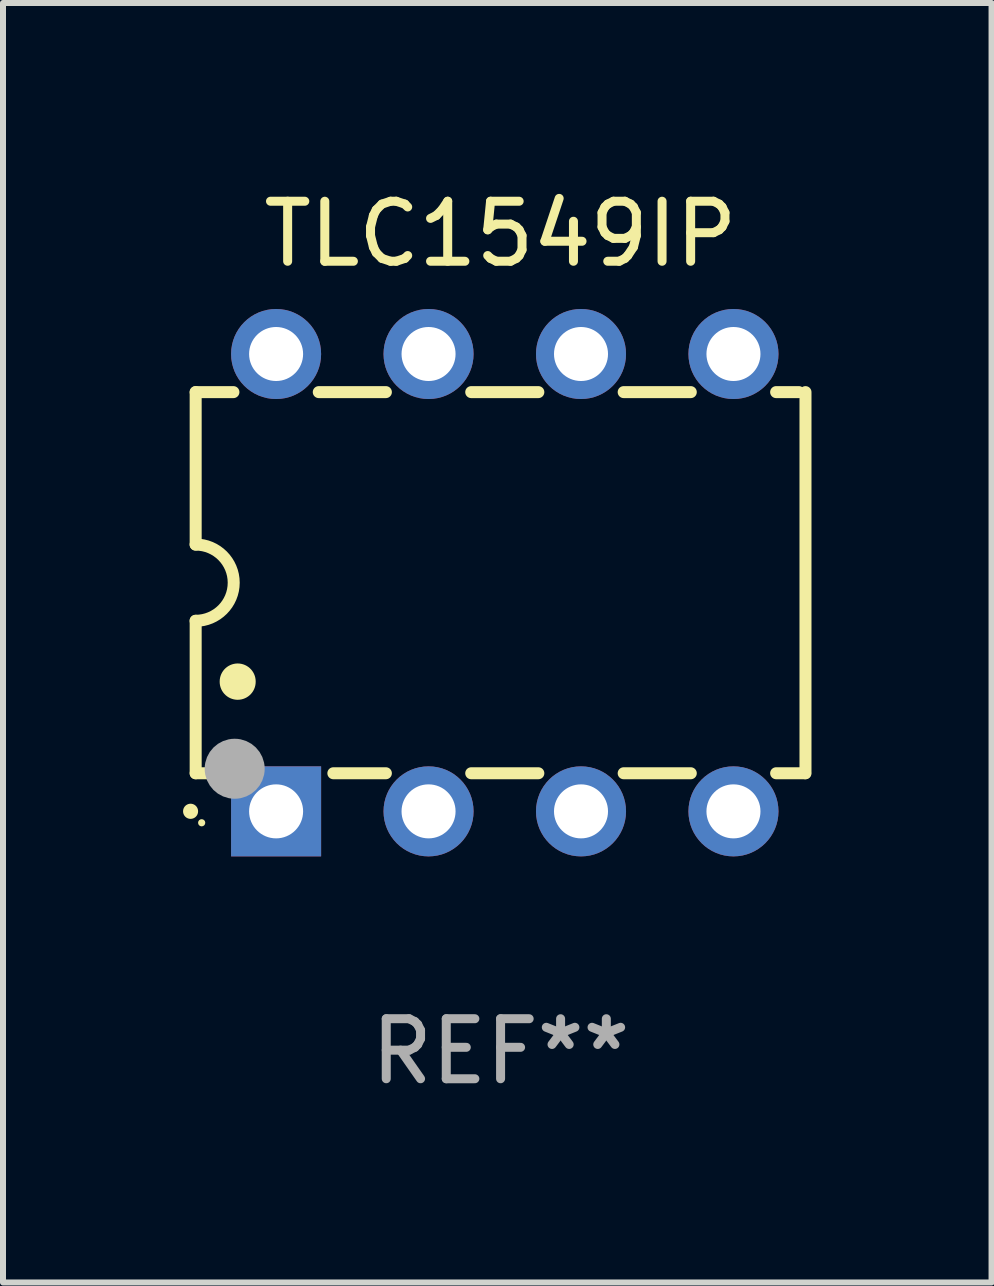
<source format=kicad_pcb>
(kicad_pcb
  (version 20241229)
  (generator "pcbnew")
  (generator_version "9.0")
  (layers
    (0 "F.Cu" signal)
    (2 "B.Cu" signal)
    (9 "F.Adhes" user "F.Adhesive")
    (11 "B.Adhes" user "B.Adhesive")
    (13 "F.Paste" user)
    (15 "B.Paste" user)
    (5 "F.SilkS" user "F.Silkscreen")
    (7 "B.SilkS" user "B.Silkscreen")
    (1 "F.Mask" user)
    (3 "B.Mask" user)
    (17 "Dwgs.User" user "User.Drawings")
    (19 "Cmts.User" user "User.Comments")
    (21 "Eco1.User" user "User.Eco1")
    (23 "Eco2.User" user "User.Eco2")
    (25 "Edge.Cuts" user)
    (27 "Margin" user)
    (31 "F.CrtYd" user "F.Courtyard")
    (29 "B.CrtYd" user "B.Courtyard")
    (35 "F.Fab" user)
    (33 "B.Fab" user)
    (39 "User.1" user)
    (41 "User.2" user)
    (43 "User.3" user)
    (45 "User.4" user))
  (footprint "TLC1549IP"
    (layer "F.Cu")
    (at 5.29 6.658)
    (property "Reference" "TLC1549IP" (at 0 -5.81 0) (layer "F.SilkS") (effects (font (size 1 1) (thickness 0.15))))
    (attr through_hole)
    (fp_line (start -5.08 -3.175) (end -4.451 -3.175) (stroke (width 0.2) (type solid)) (layer "F.SilkS"))
    (fp_line (start -5.08 -0.635) (end -5.08 -3.175) (stroke (width 0.2) (type solid)) (layer "F.SilkS"))
    (fp_line (start -5.08 3.175) (end -5.08 0.635) (stroke (width 0.2) (type solid)) (layer "F.SilkS"))
    (fp_line (start -4.694 3.175) (end -5.08 3.175) (stroke (width 0.2) (type solid)) (layer "F.SilkS"))
    (fp_line (start -3.029 -3.175) (end -1.911 -3.175) (stroke (width 0.2) (type solid)) (layer "F.SilkS"))
    (fp_line (start -1.911 3.175) (end -2.786 3.175) (stroke (width 0.2) (type solid)) (layer "F.SilkS"))
    (fp_line (start -0.489 -3.175) (end 0.629 -3.175) (stroke (width 0.2) (type solid)) (layer "F.SilkS"))
    (fp_line (start 0.629 3.175) (end -0.489 3.175) (stroke (width 0.2) (type solid)) (layer "F.SilkS"))
    (fp_line (start 2.051 -3.175) (end 3.169 -3.175) (stroke (width 0.2) (type solid)) (layer "F.SilkS"))
    (fp_line (start 3.169 3.175) (end 2.051 3.175) (stroke (width 0.2) (type solid)) (layer "F.SilkS"))
    (fp_line (start 4.591 -3.175) (end 4.97 -3.175) (stroke (width 0.2) (type solid)) (layer "F.SilkS"))
    (fp_line (start 5.074 3.175) (end 4.591 3.175) (stroke (width 0.2) (type solid)) (layer "F.SilkS"))
    (fp_line (start 5.08 -3.175) (end 5.08 3.175) (stroke (width 0.2) (type solid)) (layer "F.SilkS"))
    (fp_arc (start -5.164948 3.810008) (mid -5.164955 3.808738) (end -5.164948 3.807468) (stroke (width 0.25) (type solid)) (layer "F.SilkS"))
    (fp_arc (start -5.081128 -0.635001) (mid -4.446127 0) (end -5.081128 0.635001) (stroke (width 0.2) (type solid)) (layer "F.SilkS"))
    (fp_arc (start -4.380086 1.651003) (mid -4.380097 1.648463) (end -4.380086 1.645923) (stroke (width 0.6) (type solid)) (layer "F.SilkS"))
    (fp_circle (center -4.98 4) (end -4.95 4) (stroke (width 0.06) (type solid)) (fill no) (layer "F.SilkS"))
    (fp_circle (center -4.43 3.1) (end -4.18 3.1) (stroke (width 0.5) (type solid)) (fill no) (layer "F.Fab"))
    (fp_text user "REF**" (at 0 7.81 0) (layer "F.Fab") (effects (font (size 1 1) (thickness 0.15))))
    (pad "1" thru_hole rect (at -3.74 3.81) (size 1.5 1.5) (drill 0.9) (layers "*.Cu" "*.Mask"))
    (pad "2" thru_hole circle (at -1.2 3.81) (size 1.5 1.5) (drill 0.9) (layers "*.Cu" "*.Mask"))
    (pad "3" thru_hole circle (at 1.34 3.81) (size 1.5 1.5) (drill 0.9) (layers "*.Cu" "*.Mask"))
    (pad "4" thru_hole circle (at 3.88 3.81) (size 1.5 1.5) (drill 0.9) (layers "*.Cu" "*.Mask"))
    (pad "5" thru_hole circle (at 3.88 -3.81) (size 1.5 1.5) (drill 0.9) (layers "*.Cu" "*.Mask"))
    (pad "6" thru_hole circle (at 1.34 -3.81) (size 1.5 1.5) (drill 0.9) (layers "*.Cu" "*.Mask"))
    (pad "7" thru_hole circle (at -1.2 -3.81) (size 1.5 1.5) (drill 0.9) (layers "*.Cu" "*.Mask"))
    (pad "8" thru_hole circle (at -3.74 -3.81) (size 1.5 1.5) (drill 0.9) (layers "*.Cu" "*.Mask")))
  (gr_rect
    (start -3 -3)
    (end 13.47 18.317)
    (stroke (width 0.1) (type default))
    (fill no)
    (layer "Edge.Cuts")))
</source>
